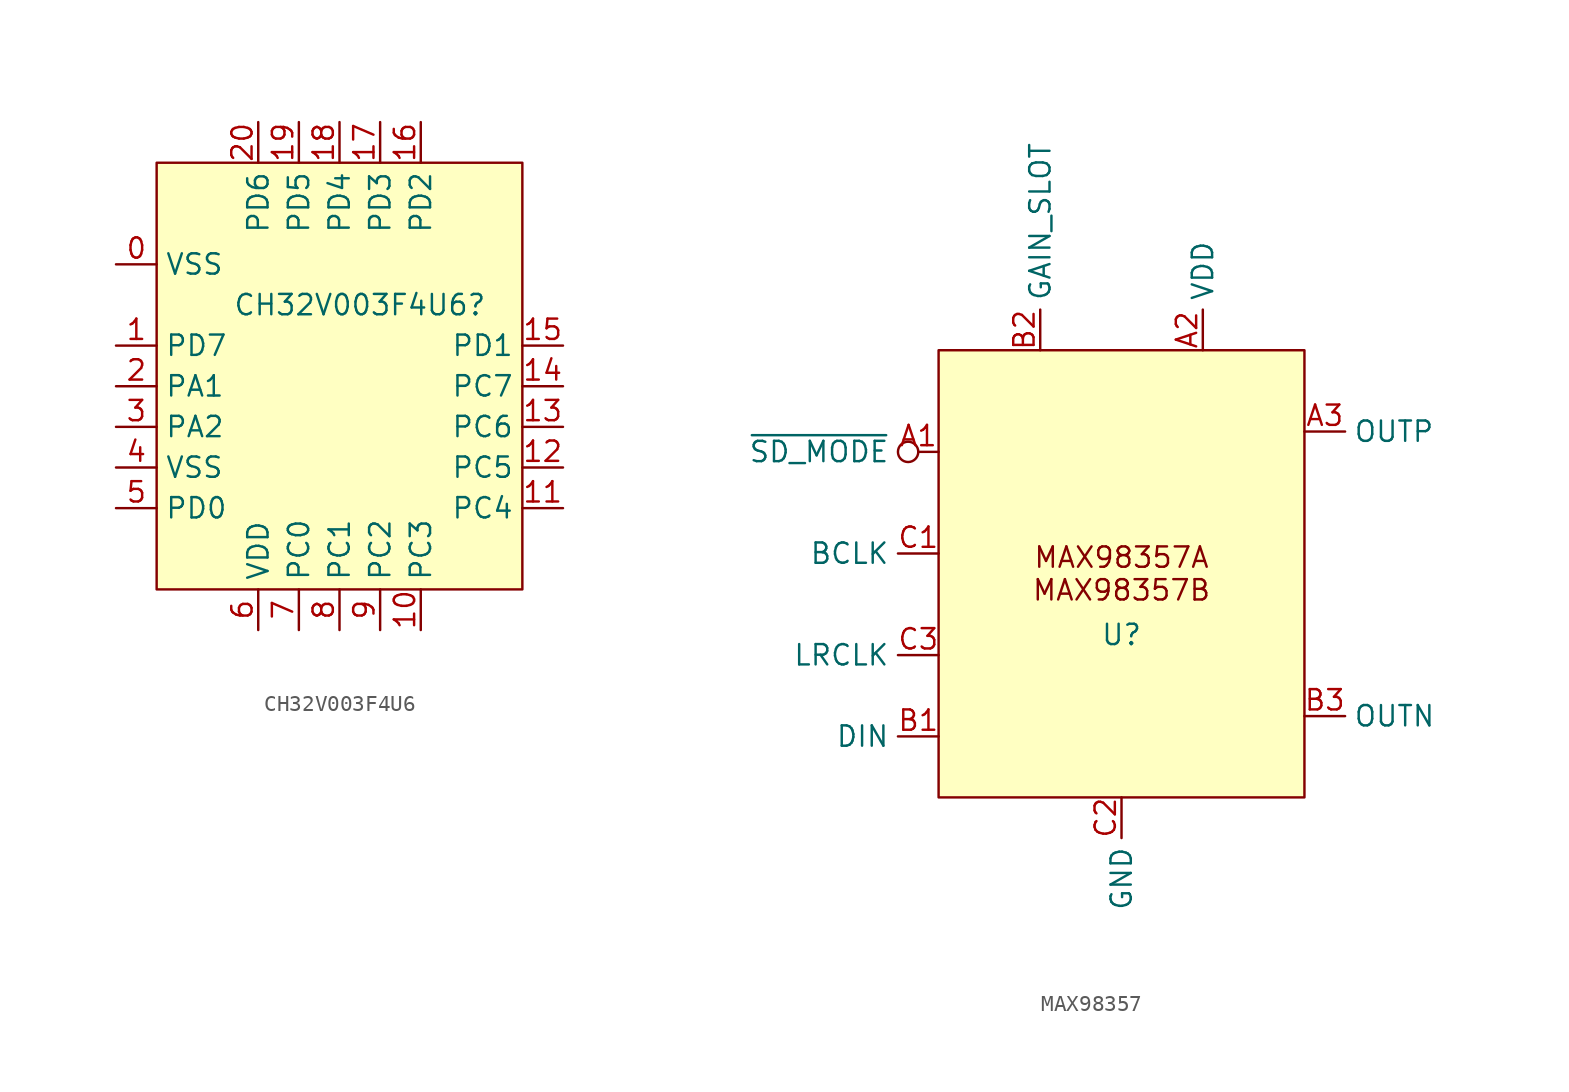
<source format=kicad_sym>
(kicad_symbol_lib
  (version 20211014)
  (generator kicad_symbol_editor)
  (symbol "CH32V003F4U6"
    (property "Reference" "CH32V003F4U6"
      (at 12.7 -3.81 0)
      (effects (font (size 1.27 1.27))))
    (property "Value" ""
      (at 0 0 0)
      (effects (font (size 1.27 1.27))))
    (symbol "CH32V003F4U6_1_1"
      (rectangle (start 0 5.08) (end 22.86 -21.59) (stroke (width 0) (type default)) (fill (type background)))
      (pin power_in line (at -2.54 -1.27 0) (length 2.54) (name "VSS" (effects (font (size 1.27 1.27)))) (number "0" (effects (font (size 1.27 1.27)))))
      (pin bidirectional line (at -2.54 -6.35 0) (length 2.54) (name "PD7" (effects (font (size 1.27 1.27)))) (number "1" (effects (font (size 1.27 1.27)))) (alternate "NRST" bidirectional line) (alternate "OPP1" bidirectional line) (alternate "T2CH4" bidirectional line) (alternate "UCK_" bidirectional line))
      (pin bidirectional line (at 16.51 -24.13 90) (length 2.54) (name "PC3" (effects (font (size 1.27 1.27)))) (number "10" (effects (font (size 1.27 1.27)))) (alternate "T1CH1N_" bidirectional line) (alternate "T1CH3" bidirectional line) (alternate "UCTS_" bidirectional line))
      (pin bidirectional line (at 25.4 -16.51 180) (length 2.54) (name "PC4" (effects (font (size 1.27 1.27)))) (number "11" (effects (font (size 1.27 1.27)))) (alternate "A2" bidirectional line) (alternate "MCO" bidirectional line) (alternate "T1CH1CH2N_" bidirectional line) (alternate "T1CH4" bidirectional line))
      (pin bidirectional line (at 25.4 -13.97 180) (length 2.54) (name "PC5" (effects (font (size 1.27 1.27)))) (number "12" (effects (font (size 1.27 1.27)))) (alternate "SCK" bidirectional line) (alternate "SCL_" bidirectional line) (alternate "T1CH3_" bidirectional line) (alternate "T1ETR" bidirectional line) (alternate "T2CH1ETR_" bidirectional line) (alternate "UCK_" bidirectional line))
      (pin bidirectional line (at 25.4 -11.43 180) (length 2.54) (name "PC6" (effects (font (size 1.27 1.27)))) (number "13" (effects (font (size 1.27 1.27)))) (alternate "MOSI" bidirectional line) (alternate "SDA_" bidirectional line) (alternate "T1CH1CH3N_" bidirectional line) (alternate "UCTS_" bidirectional line))
      (pin bidirectional line (at 25.4 -8.89 180) (length 2.54) (name "PC7" (effects (font (size 1.27 1.27)))) (number "14" (effects (font (size 1.27 1.27)))) (alternate "MISO" bidirectional line) (alternate "T1CH2_" bidirectional line) (alternate "T2CH2_" bidirectional line) (alternate "URTS_" bidirectional line))
      (pin bidirectional line (at 25.4 -6.35 180) (length 2.54) (name "PD1" (effects (font (size 1.27 1.27)))) (number "15" (effects (font (size 1.27 1.27)))) (alternate "AETR2" bidirectional line) (alternate "SCL_" bidirectional line) (alternate "SWIO" bidirectional line) (alternate "T1CH3N" bidirectional line) (alternate "URX_" bidirectional line))
      (pin bidirectional line (at 16.51 7.62 270) (length 2.54) (name "PD2" (effects (font (size 1.27 1.27)))) (number "16" (effects (font (size 1.27 1.27)))) (alternate "A3" bidirectional line) (alternate "T1CH1" bidirectional line) (alternate "T1CH2N_" bidirectional line) (alternate "T2CH3_" bidirectional line))
      (pin bidirectional line (at 13.97 7.62 270) (length 2.54) (name "PD3" (effects (font (size 1.27 1.27)))) (number "17" (effects (font (size 1.27 1.27)))) (alternate "A4" bidirectional line) (alternate "AETR" bidirectional line) (alternate "T1CH4_" bidirectional line) (alternate "T2CH2" bidirectional line) (alternate "UCTS" bidirectional line))
      (pin bidirectional line (at 11.43 7.62 270) (length 2.54) (name "PD4" (effects (font (size 1.27 1.27)))) (number "18" (effects (font (size 1.27 1.27)))) (alternate "A7" bidirectional line) (alternate "OPO" bidirectional line) (alternate "T1CH4ETR_" bidirectional line) (alternate "T2CH1ETR" bidirectional line) (alternate "UCK" bidirectional line))
      (pin bidirectional line (at 8.89 7.62 270) (length 2.54) (name "PD5" (effects (font (size 1.27 1.27)))) (number "19" (effects (font (size 1.27 1.27)))) (alternate "A5" bidirectional line) (alternate "T2CH4_" bidirectional line) (alternate "URX_" bidirectional line) (alternate "UTX" bidirectional line))
      (pin bidirectional line (at -2.54 -8.89 0) (length 2.54) (name "PA1" (effects (font (size 1.27 1.27)))) (number "2" (effects (font (size 1.27 1.27)))) (alternate "A1" bidirectional line) (alternate "OPN0" bidirectional line) (alternate "OSCI" bidirectional line) (alternate "T1CH2" bidirectional line))
      (pin bidirectional line (at 6.35 7.62 270) (length 2.54) (name "PD6" (effects (font (size 1.27 1.27)))) (number "20" (effects (font (size 1.27 1.27)))) (alternate "A6" bidirectional line) (alternate "T2CH3_" bidirectional line) (alternate "URX" bidirectional line) (alternate "UTX_" bidirectional line))
      (pin bidirectional line (at -2.54 -11.43 0) (length 2.54) (name "PA2" (effects (font (size 1.27 1.27)))) (number "3" (effects (font (size 1.27 1.27)))) (alternate "A0" bidirectional line) (alternate "AETR2_" bidirectional line) (alternate "OPP0" bidirectional line) (alternate "OSCO" bidirectional line) (alternate "T1CH2N" bidirectional line))
      (pin power_in line (at -2.54 -13.97 0) (length 2.54) (name "VSS" (effects (font (size 1.27 1.27)))) (number "4" (effects (font (size 1.27 1.27)))))
      (pin bidirectional line (at -2.54 -16.51 0) (length 2.54) (name "PD0" (effects (font (size 1.27 1.27)))) (number "5" (effects (font (size 1.27 1.27)))) (alternate "OPN1" power_in line) (alternate "SDA_" power_in line) (alternate "T1CH1N" power_in line) (alternate "UTX_" power_in line))
      (pin power_in line (at 6.35 -24.13 90) (length 2.54) (name "VDD" (effects (font (size 1.27 1.27)))) (number "6" (effects (font (size 1.27 1.27)))))
      (pin bidirectional line (at 8.89 -24.13 90) (length 2.54) (name "PC0" (effects (font (size 1.27 1.27)))) (number "7" (effects (font (size 1.27 1.27)))) (alternate "NSS_" power_in line) (alternate "T1CH3_" power_in line) (alternate "T2CH3" power_in line) (alternate "UTX_" power_in line))
      (pin bidirectional line (at 11.43 -24.13 90) (length 2.54) (name "PC1" (effects (font (size 1.27 1.27)))) (number "8" (effects (font (size 1.27 1.27)))) (alternate "NSS" bidirectional line) (alternate "SDA" bidirectional line) (alternate "T2CH1ETR_" bidirectional line) (alternate "T2CH4_" bidirectional line) (alternate "URX_" bidirectional line))
      (pin bidirectional line (at 13.97 -24.13 90) (length 2.54) (name "PC2" (effects (font (size 1.27 1.27)))) (number "9" (effects (font (size 1.27 1.27)))) (alternate "AETR_" bidirectional line) (alternate "SCL" bidirectional line) (alternate "T1BKIN" bidirectional line) (alternate "T1ETR_" bidirectional line) (alternate "T2CH2_" bidirectional line) (alternate "URTS" bidirectional line))))
  (symbol "MAX98357"
    (property "Reference" "U"
      (at 0 -12.7 0)
      (effects (font (size 1.27 1.27))))
    (property "Value" ""
      (at 0 0 0)
      (effects (font (size 1.27 1.27))))
    (symbol "MAX98357_1_1"
      (rectangle (start -11.43 5.08) (end 11.43 -22.86) (stroke (width 0) (type default)) (fill (type background)))
      (text "MAX98357A\nMAX98357B" (at 0 -8.89 0) (effects (font (size 1.27 1.27))))
      (pin power_in inverted (at -11.43 -1.27 180) (length 2.54) (name "~{SD_MODE}" (effects (font (size 1.27 1.27)))) (number "A1" (effects (font (size 1.27 1.27)))))
      (pin power_in line (at 5.08 5.08 90) (length 2.54) (name "VDD" (effects (font (size 1.27 1.27)))) (number "A2" (effects (font (size 1.27 1.27)))))
      (pin output line (at 11.43 0 0) (length 2.54) (name "OUTP" (effects (font (size 1.27 1.27)))) (number "A3" (effects (font (size 1.27 1.27)))))
      (pin input line (at -11.43 -19.05 180) (length 2.54) (name "DIN" (effects (font (size 1.27 1.27)))) (number "B1" (effects (font (size 1.27 1.27)))))
      (pin input line (at -5.08 5.08 90) (length 2.54) (name "GAIN_SLOT" (effects (font (size 1.27 1.27)))) (number "B2" (effects (font (size 1.27 1.27)))))
      (pin output line (at 11.43 -17.78 0) (length 2.54) (name "OUTN" (effects (font (size 1.27 1.27)))) (number "B3" (effects (font (size 1.27 1.27)))))
      (pin input line (at -11.43 -7.62 180) (length 2.54) (name "BCLK" (effects (font (size 1.27 1.27)))) (number "C1" (effects (font (size 1.27 1.27)))))
      (pin power_in line (at 0 -22.86 270) (length 2.54) (name "GND" (effects (font (size 1.27 1.27)))) (number "C2" (effects (font (size 1.27 1.27)))))
      (pin input line (at -11.43 -13.97 180) (length 2.54) (name "LRCLK" (effects (font (size 1.27 1.27)))) (number "C3" (effects (font (size 1.27 1.27))))))))
</source>
